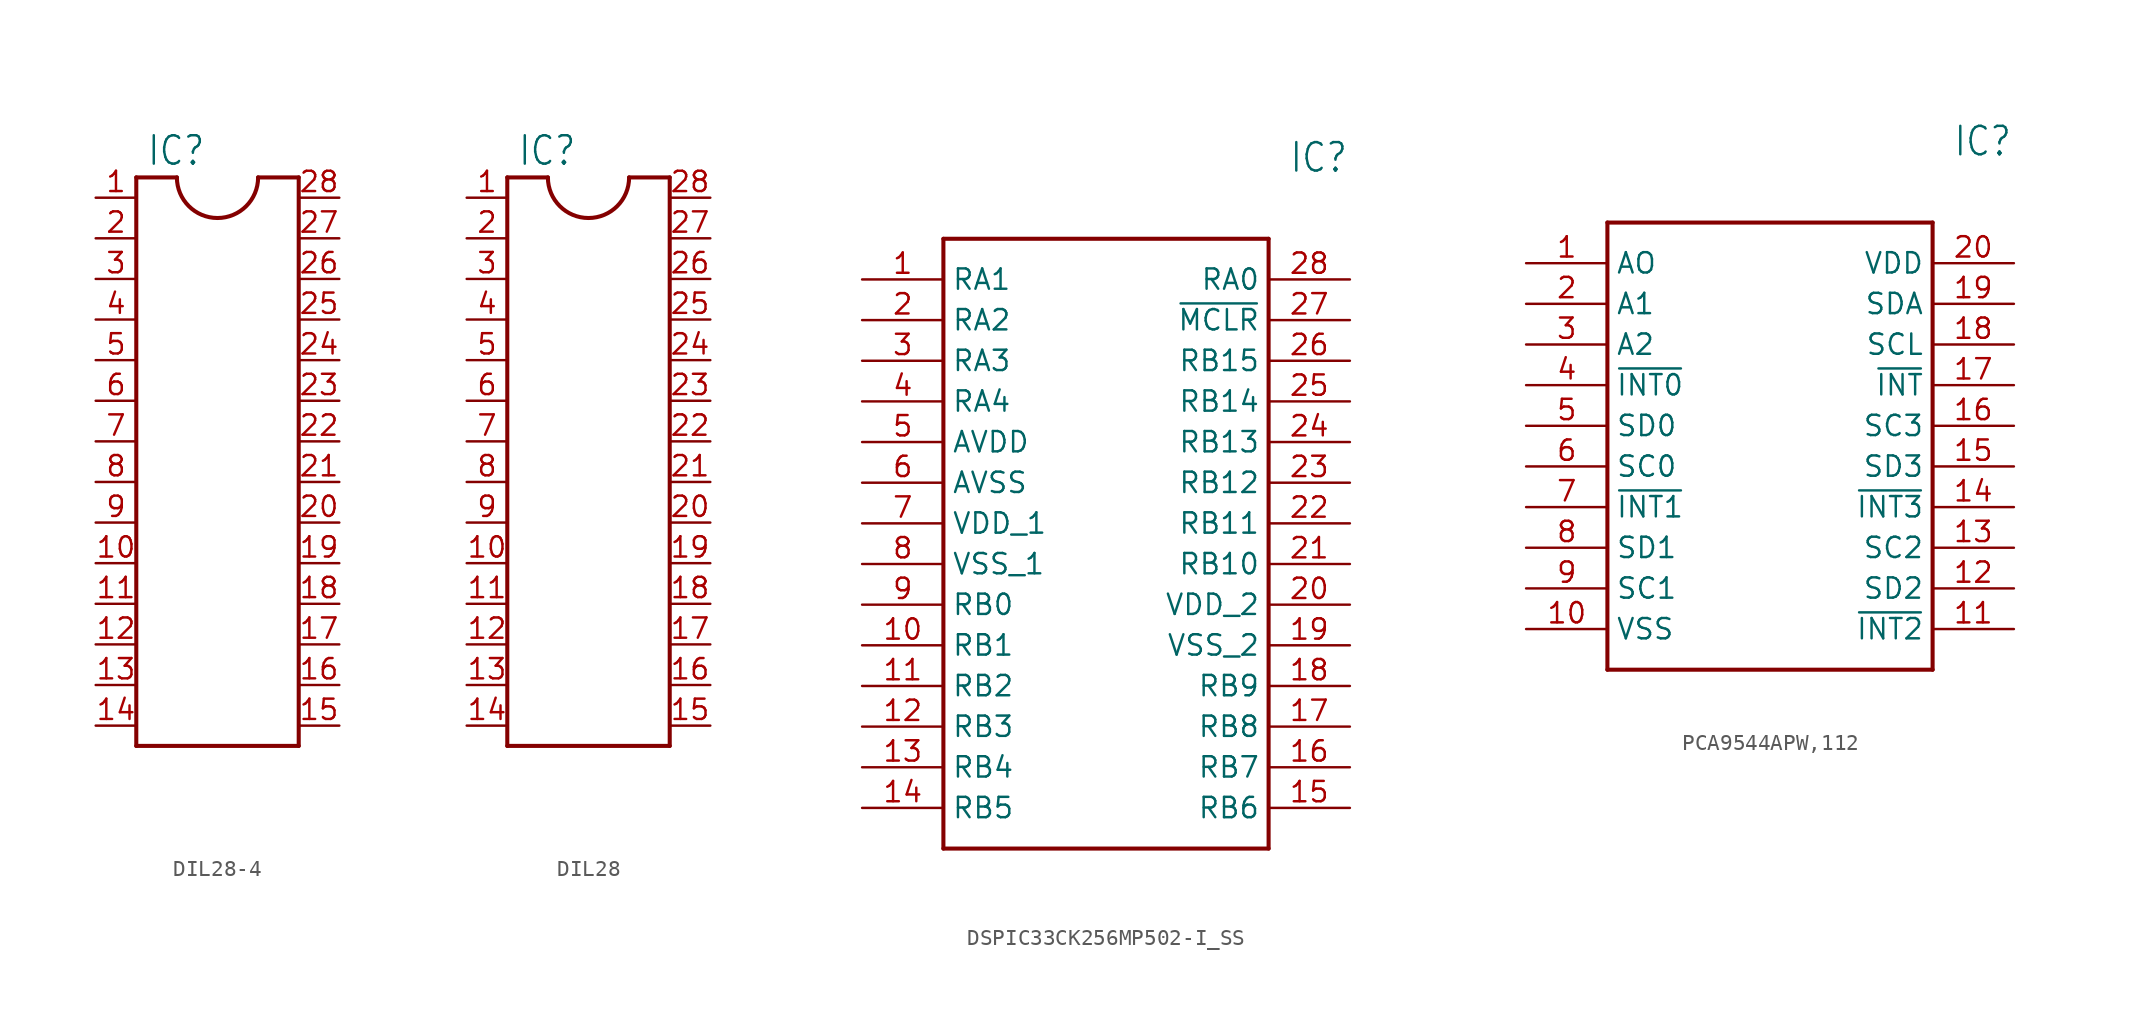
<source format=kicad_sym>
(kicad_symbol_lib
  (version 20220914)
  (generator kicad_symbol_editor)
  (symbol "DIL28-4"
    (property "Reference" "IC"
      (at -4.445 17.145 0)
      (effects (font (size 1.778 1.511)) (justify left bottom)))
    (property "Value" ""
      (at -4.445 -21.59 0)
      (effects (font (size 1.778 1.511)) (justify left bottom)))
    (property "ki_locked" ""
      (at 0 0 0)
      (effects (font (size 1.27 1.27))))
    (symbol "DIL28-4_1_0"
      (arc (start -2.54 16.51) (mid 0 13.97) (end 2.54 16.51) (stroke (width 0.254) (type solid)) (fill (type none)))
      (polyline (pts (xy -5.08 -19.05) (xy 5.08 -19.05)) (stroke (width 0.254) (type solid)) (fill (type none)))
      (polyline (pts (xy -5.08 16.51) (xy -5.08 -19.05)) (stroke (width 0.254) (type solid)) (fill (type none)))
      (polyline (pts (xy -5.08 16.51) (xy -2.54 16.51)) (stroke (width 0.254) (type solid)) (fill (type none)))
      (polyline (pts (xy 5.08 -19.05) (xy 5.08 16.51)) (stroke (width 0.254) (type solid)) (fill (type none)))
      (polyline (pts (xy 5.08 16.51) (xy 2.54 16.51)) (stroke (width 0.254) (type solid)) (fill (type none)))
      (pin passive line (at -7.62 15.24 0) (length 2.54) (name "1" (effects (font (size 0 0)))) (number "1" (effects (font (size 1.27 1.27)))))
      (pin passive line (at -7.62 -7.62 0) (length 2.54) (name "10" (effects (font (size 0 0)))) (number "10" (effects (font (size 1.27 1.27)))))
      (pin passive line (at -7.62 -10.16 0) (length 2.54) (name "11" (effects (font (size 0 0)))) (number "11" (effects (font (size 1.27 1.27)))))
      (pin passive line (at -7.62 -12.7 0) (length 2.54) (name "12" (effects (font (size 0 0)))) (number "12" (effects (font (size 1.27 1.27)))))
      (pin passive line (at -7.62 -15.24 0) (length 2.54) (name "13" (effects (font (size 0 0)))) (number "13" (effects (font (size 1.27 1.27)))))
      (pin passive line (at -7.62 -17.78 0) (length 2.54) (name "14" (effects (font (size 0 0)))) (number "14" (effects (font (size 1.27 1.27)))))
      (pin passive line (at 7.62 -17.78 180) (length 2.54) (name "15" (effects (font (size 0 0)))) (number "15" (effects (font (size 1.27 1.27)))))
      (pin passive line (at 7.62 -15.24 180) (length 2.54) (name "16" (effects (font (size 0 0)))) (number "16" (effects (font (size 1.27 1.27)))))
      (pin passive line (at 7.62 -12.7 180) (length 2.54) (name "17" (effects (font (size 0 0)))) (number "17" (effects (font (size 1.27 1.27)))))
      (pin passive line (at 7.62 -10.16 180) (length 2.54) (name "18" (effects (font (size 0 0)))) (number "18" (effects (font (size 1.27 1.27)))))
      (pin passive line (at 7.62 -7.62 180) (length 2.54) (name "19" (effects (font (size 0 0)))) (number "19" (effects (font (size 1.27 1.27)))))
      (pin passive line (at -7.62 12.7 0) (length 2.54) (name "2" (effects (font (size 0 0)))) (number "2" (effects (font (size 1.27 1.27)))))
      (pin passive line (at 7.62 -5.08 180) (length 2.54) (name "20" (effects (font (size 0 0)))) (number "20" (effects (font (size 1.27 1.27)))))
      (pin passive line (at 7.62 -2.54 180) (length 2.54) (name "21" (effects (font (size 0 0)))) (number "21" (effects (font (size 1.27 1.27)))))
      (pin passive line (at 7.62 0 180) (length 2.54) (name "22" (effects (font (size 0 0)))) (number "22" (effects (font (size 1.27 1.27)))))
      (pin passive line (at 7.62 2.54 180) (length 2.54) (name "23" (effects (font (size 0 0)))) (number "23" (effects (font (size 1.27 1.27)))))
      (pin passive line (at 7.62 5.08 180) (length 2.54) (name "24" (effects (font (size 0 0)))) (number "24" (effects (font (size 1.27 1.27)))))
      (pin passive line (at 7.62 7.62 180) (length 2.54) (name "25" (effects (font (size 0 0)))) (number "25" (effects (font (size 1.27 1.27)))))
      (pin passive line (at 7.62 10.16 180) (length 2.54) (name "26" (effects (font (size 0 0)))) (number "26" (effects (font (size 1.27 1.27)))))
      (pin passive line (at 7.62 12.7 180) (length 2.54) (name "27" (effects (font (size 0 0)))) (number "27" (effects (font (size 1.27 1.27)))))
      (pin passive line (at 7.62 15.24 180) (length 2.54) (name "28" (effects (font (size 0 0)))) (number "28" (effects (font (size 1.27 1.27)))))
      (pin passive line (at -7.62 10.16 0) (length 2.54) (name "3" (effects (font (size 0 0)))) (number "3" (effects (font (size 1.27 1.27)))))
      (pin passive line (at -7.62 7.62 0) (length 2.54) (name "4" (effects (font (size 0 0)))) (number "4" (effects (font (size 1.27 1.27)))))
      (pin passive line (at -7.62 5.08 0) (length 2.54) (name "5" (effects (font (size 0 0)))) (number "5" (effects (font (size 1.27 1.27)))))
      (pin passive line (at -7.62 2.54 0) (length 2.54) (name "6" (effects (font (size 0 0)))) (number "6" (effects (font (size 1.27 1.27)))))
      (pin passive line (at -7.62 0 0) (length 2.54) (name "7" (effects (font (size 0 0)))) (number "7" (effects (font (size 1.27 1.27)))))
      (pin passive line (at -7.62 -2.54 0) (length 2.54) (name "8" (effects (font (size 0 0)))) (number "8" (effects (font (size 1.27 1.27)))))
      (pin passive line (at -7.62 -5.08 0) (length 2.54) (name "9" (effects (font (size 0 0)))) (number "9" (effects (font (size 1.27 1.27)))))))
  (symbol "DIL28"
    (property "Reference" "IC"
      (at -4.445 17.145 0)
      (effects (font (size 1.778 1.511)) (justify left bottom)))
    (property "Value" ""
      (at -4.445 -21.59 0)
      (effects (font (size 1.778 1.511)) (justify left bottom)))
    (property "ki_locked" ""
      (at 0 0 0)
      (effects (font (size 1.27 1.27))))
    (symbol "DIL28_1_0"
      (arc (start -2.54 16.51) (mid 0 13.97) (end 2.54 16.51) (stroke (width 0.254) (type solid)) (fill (type none)))
      (polyline (pts (xy -5.08 -19.05) (xy 5.08 -19.05)) (stroke (width 0.254) (type solid)) (fill (type none)))
      (polyline (pts (xy -5.08 16.51) (xy -5.08 -19.05)) (stroke (width 0.254) (type solid)) (fill (type none)))
      (polyline (pts (xy -5.08 16.51) (xy -2.54 16.51)) (stroke (width 0.254) (type solid)) (fill (type none)))
      (polyline (pts (xy 5.08 -19.05) (xy 5.08 16.51)) (stroke (width 0.254) (type solid)) (fill (type none)))
      (polyline (pts (xy 5.08 16.51) (xy 2.54 16.51)) (stroke (width 0.254) (type solid)) (fill (type none)))
      (pin passive line (at -7.62 15.24 0) (length 2.54) (name "1" (effects (font (size 0 0)))) (number "1" (effects (font (size 1.27 1.27)))))
      (pin passive line (at -7.62 -7.62 0) (length 2.54) (name "10" (effects (font (size 0 0)))) (number "10" (effects (font (size 1.27 1.27)))))
      (pin passive line (at -7.62 -10.16 0) (length 2.54) (name "11" (effects (font (size 0 0)))) (number "11" (effects (font (size 1.27 1.27)))))
      (pin passive line (at -7.62 -12.7 0) (length 2.54) (name "12" (effects (font (size 0 0)))) (number "12" (effects (font (size 1.27 1.27)))))
      (pin passive line (at -7.62 -15.24 0) (length 2.54) (name "13" (effects (font (size 0 0)))) (number "13" (effects (font (size 1.27 1.27)))))
      (pin passive line (at -7.62 -17.78 0) (length 2.54) (name "14" (effects (font (size 0 0)))) (number "14" (effects (font (size 1.27 1.27)))))
      (pin passive line (at 7.62 -17.78 180) (length 2.54) (name "15" (effects (font (size 0 0)))) (number "15" (effects (font (size 1.27 1.27)))))
      (pin passive line (at 7.62 -15.24 180) (length 2.54) (name "16" (effects (font (size 0 0)))) (number "16" (effects (font (size 1.27 1.27)))))
      (pin passive line (at 7.62 -12.7 180) (length 2.54) (name "17" (effects (font (size 0 0)))) (number "17" (effects (font (size 1.27 1.27)))))
      (pin passive line (at 7.62 -10.16 180) (length 2.54) (name "18" (effects (font (size 0 0)))) (number "18" (effects (font (size 1.27 1.27)))))
      (pin passive line (at 7.62 -7.62 180) (length 2.54) (name "19" (effects (font (size 0 0)))) (number "19" (effects (font (size 1.27 1.27)))))
      (pin passive line (at -7.62 12.7 0) (length 2.54) (name "2" (effects (font (size 0 0)))) (number "2" (effects (font (size 1.27 1.27)))))
      (pin passive line (at 7.62 -5.08 180) (length 2.54) (name "20" (effects (font (size 0 0)))) (number "20" (effects (font (size 1.27 1.27)))))
      (pin passive line (at 7.62 -2.54 180) (length 2.54) (name "21" (effects (font (size 0 0)))) (number "21" (effects (font (size 1.27 1.27)))))
      (pin passive line (at 7.62 0 180) (length 2.54) (name "22" (effects (font (size 0 0)))) (number "22" (effects (font (size 1.27 1.27)))))
      (pin passive line (at 7.62 2.54 180) (length 2.54) (name "23" (effects (font (size 0 0)))) (number "23" (effects (font (size 1.27 1.27)))))
      (pin passive line (at 7.62 5.08 180) (length 2.54) (name "24" (effects (font (size 0 0)))) (number "24" (effects (font (size 1.27 1.27)))))
      (pin passive line (at 7.62 7.62 180) (length 2.54) (name "25" (effects (font (size 0 0)))) (number "25" (effects (font (size 1.27 1.27)))))
      (pin passive line (at 7.62 10.16 180) (length 2.54) (name "26" (effects (font (size 0 0)))) (number "26" (effects (font (size 1.27 1.27)))))
      (pin passive line (at 7.62 12.7 180) (length 2.54) (name "27" (effects (font (size 0 0)))) (number "27" (effects (font (size 1.27 1.27)))))
      (pin passive line (at 7.62 15.24 180) (length 2.54) (name "28" (effects (font (size 0 0)))) (number "28" (effects (font (size 1.27 1.27)))))
      (pin passive line (at -7.62 10.16 0) (length 2.54) (name "3" (effects (font (size 0 0)))) (number "3" (effects (font (size 1.27 1.27)))))
      (pin passive line (at -7.62 7.62 0) (length 2.54) (name "4" (effects (font (size 0 0)))) (number "4" (effects (font (size 1.27 1.27)))))
      (pin passive line (at -7.62 5.08 0) (length 2.54) (name "5" (effects (font (size 0 0)))) (number "5" (effects (font (size 1.27 1.27)))))
      (pin passive line (at -7.62 2.54 0) (length 2.54) (name "6" (effects (font (size 0 0)))) (number "6" (effects (font (size 1.27 1.27)))))
      (pin passive line (at -7.62 0 0) (length 2.54) (name "7" (effects (font (size 0 0)))) (number "7" (effects (font (size 1.27 1.27)))))
      (pin passive line (at -7.62 -2.54 0) (length 2.54) (name "8" (effects (font (size 0 0)))) (number "8" (effects (font (size 1.27 1.27)))))
      (pin passive line (at -7.62 -5.08 0) (length 2.54) (name "9" (effects (font (size 0 0)))) (number "9" (effects (font (size 1.27 1.27)))))))
  (symbol "DSPIC33CK256MP502-I_SS"
    (property "Reference" "IC"
      (at 26.67 7.62 0)
      (effects (font (size 1.778 1.511)) (justify left)))
    (property "Value" ""
      (at 26.67 5.08 0)
      (effects (font (size 1.778 1.511)) (justify left)))
    (property "ki_locked" ""
      (at 0 0 0)
      (effects (font (size 1.27 1.27))))
    (symbol "DSPIC33CK256MP502-I_SS_1_0"
      (polyline (pts (xy 5.08 2.54) (xy 5.08 -35.56)) (stroke (width 0.254) (type solid)) (fill (type none)))
      (polyline (pts (xy 5.08 2.54) (xy 25.4 2.54)) (stroke (width 0.254) (type solid)) (fill (type none)))
      (polyline (pts (xy 25.4 -35.56) (xy 5.08 -35.56)) (stroke (width 0.254) (type solid)) (fill (type none)))
      (polyline (pts (xy 25.4 -35.56) (xy 25.4 2.54)) (stroke (width 0.254) (type solid)) (fill (type none)))
      (pin bidirectional line (at 0 0 0) (length 5.08) (name "RA1" (effects (font (size 1.27 1.27)))) (number "1" (effects (font (size 1.27 1.27)))))
      (pin bidirectional line (at 0 -22.86 0) (length 5.08) (name "RB1" (effects (font (size 1.27 1.27)))) (number "10" (effects (font (size 1.27 1.27)))))
      (pin bidirectional line (at 0 -25.4 0) (length 5.08) (name "RB2" (effects (font (size 1.27 1.27)))) (number "11" (effects (font (size 1.27 1.27)))))
      (pin bidirectional line (at 0 -27.94 0) (length 5.08) (name "RB3" (effects (font (size 1.27 1.27)))) (number "12" (effects (font (size 1.27 1.27)))))
      (pin bidirectional line (at 0 -30.48 0) (length 5.08) (name "RB4" (effects (font (size 1.27 1.27)))) (number "13" (effects (font (size 1.27 1.27)))))
      (pin bidirectional line (at 0 -33.02 0) (length 5.08) (name "RB5" (effects (font (size 1.27 1.27)))) (number "14" (effects (font (size 1.27 1.27)))))
      (pin bidirectional line (at 30.48 -33.02 180) (length 5.08) (name "RB6" (effects (font (size 1.27 1.27)))) (number "15" (effects (font (size 1.27 1.27)))))
      (pin bidirectional line (at 30.48 -30.48 180) (length 5.08) (name "RB7" (effects (font (size 1.27 1.27)))) (number "16" (effects (font (size 1.27 1.27)))))
      (pin bidirectional line (at 30.48 -27.94 180) (length 5.08) (name "RB8" (effects (font (size 1.27 1.27)))) (number "17" (effects (font (size 1.27 1.27)))))
      (pin bidirectional line (at 30.48 -25.4 180) (length 5.08) (name "RB9" (effects (font (size 1.27 1.27)))) (number "18" (effects (font (size 1.27 1.27)))))
      (pin bidirectional line (at 30.48 -22.86 180) (length 5.08) (name "VSS_2" (effects (font (size 1.27 1.27)))) (number "19" (effects (font (size 1.27 1.27)))))
      (pin bidirectional line (at 0 -2.54 0) (length 5.08) (name "RA2" (effects (font (size 1.27 1.27)))) (number "2" (effects (font (size 1.27 1.27)))))
      (pin bidirectional line (at 30.48 -20.32 180) (length 5.08) (name "VDD_2" (effects (font (size 1.27 1.27)))) (number "20" (effects (font (size 1.27 1.27)))))
      (pin bidirectional line (at 30.48 -17.78 180) (length 5.08) (name "RB10" (effects (font (size 1.27 1.27)))) (number "21" (effects (font (size 1.27 1.27)))))
      (pin bidirectional line (at 30.48 -15.24 180) (length 5.08) (name "RB11" (effects (font (size 1.27 1.27)))) (number "22" (effects (font (size 1.27 1.27)))))
      (pin bidirectional line (at 30.48 -12.7 180) (length 5.08) (name "RB12" (effects (font (size 1.27 1.27)))) (number "23" (effects (font (size 1.27 1.27)))))
      (pin bidirectional line (at 30.48 -10.16 180) (length 5.08) (name "RB13" (effects (font (size 1.27 1.27)))) (number "24" (effects (font (size 1.27 1.27)))))
      (pin bidirectional line (at 30.48 -7.62 180) (length 5.08) (name "RB14" (effects (font (size 1.27 1.27)))) (number "25" (effects (font (size 1.27 1.27)))))
      (pin bidirectional line (at 30.48 -5.08 180) (length 5.08) (name "RB15" (effects (font (size 1.27 1.27)))) (number "26" (effects (font (size 1.27 1.27)))))
      (pin bidirectional line (at 30.48 -2.54 180) (length 5.08) (name "~{MCLR}" (effects (font (size 1.27 1.27)))) (number "27" (effects (font (size 1.27 1.27)))))
      (pin bidirectional line (at 30.48 0 180) (length 5.08) (name "RA0" (effects (font (size 1.27 1.27)))) (number "28" (effects (font (size 1.27 1.27)))))
      (pin bidirectional line (at 0 -5.08 0) (length 5.08) (name "RA3" (effects (font (size 1.27 1.27)))) (number "3" (effects (font (size 1.27 1.27)))))
      (pin bidirectional line (at 0 -7.62 0) (length 5.08) (name "RA4" (effects (font (size 1.27 1.27)))) (number "4" (effects (font (size 1.27 1.27)))))
      (pin bidirectional line (at 0 -10.16 0) (length 5.08) (name "AVDD" (effects (font (size 1.27 1.27)))) (number "5" (effects (font (size 1.27 1.27)))))
      (pin bidirectional line (at 0 -12.7 0) (length 5.08) (name "AVSS" (effects (font (size 1.27 1.27)))) (number "6" (effects (font (size 1.27 1.27)))))
      (pin bidirectional line (at 0 -15.24 0) (length 5.08) (name "VDD_1" (effects (font (size 1.27 1.27)))) (number "7" (effects (font (size 1.27 1.27)))))
      (pin bidirectional line (at 0 -17.78 0) (length 5.08) (name "VSS_1" (effects (font (size 1.27 1.27)))) (number "8" (effects (font (size 1.27 1.27)))))
      (pin bidirectional line (at 0 -20.32 0) (length 5.08) (name "RB0" (effects (font (size 1.27 1.27)))) (number "9" (effects (font (size 1.27 1.27)))))))
  (symbol "PCA9544APW,112"
    (property "Reference" "IC"
      (at 26.67 7.62 0)
      (effects (font (size 1.778 1.511)) (justify left)))
    (property "Value" ""
      (at 26.67 5.08 0)
      (effects (font (size 1.778 1.511)) (justify left)))
    (property "ki_locked" ""
      (at 0 0 0)
      (effects (font (size 1.27 1.27))))
    (symbol "PCA9544APW,112_1_0"
      (polyline (pts (xy 5.08 2.54) (xy 5.08 -25.4)) (stroke (width 0.254) (type solid)) (fill (type none)))
      (polyline (pts (xy 5.08 2.54) (xy 25.4 2.54)) (stroke (width 0.254) (type solid)) (fill (type none)))
      (polyline (pts (xy 25.4 -25.4) (xy 5.08 -25.4)) (stroke (width 0.254) (type solid)) (fill (type none)))
      (polyline (pts (xy 25.4 -25.4) (xy 25.4 2.54)) (stroke (width 0.254) (type solid)) (fill (type none)))
      (pin bidirectional line (at 0 0 0) (length 5.08) (name "AO" (effects (font (size 1.27 1.27)))) (number "1" (effects (font (size 1.27 1.27)))))
      (pin bidirectional line (at 0 -22.86 0) (length 5.08) (name "VSS" (effects (font (size 1.27 1.27)))) (number "10" (effects (font (size 1.27 1.27)))))
      (pin bidirectional line (at 30.48 -22.86 180) (length 5.08) (name "~{INT2}" (effects (font (size 1.27 1.27)))) (number "11" (effects (font (size 1.27 1.27)))))
      (pin bidirectional line (at 30.48 -20.32 180) (length 5.08) (name "SD2" (effects (font (size 1.27 1.27)))) (number "12" (effects (font (size 1.27 1.27)))))
      (pin bidirectional line (at 30.48 -17.78 180) (length 5.08) (name "SC2" (effects (font (size 1.27 1.27)))) (number "13" (effects (font (size 1.27 1.27)))))
      (pin bidirectional line (at 30.48 -15.24 180) (length 5.08) (name "~{INT3}" (effects (font (size 1.27 1.27)))) (number "14" (effects (font (size 1.27 1.27)))))
      (pin bidirectional line (at 30.48 -12.7 180) (length 5.08) (name "SD3" (effects (font (size 1.27 1.27)))) (number "15" (effects (font (size 1.27 1.27)))))
      (pin bidirectional line (at 30.48 -10.16 180) (length 5.08) (name "SC3" (effects (font (size 1.27 1.27)))) (number "16" (effects (font (size 1.27 1.27)))))
      (pin bidirectional line (at 30.48 -7.62 180) (length 5.08) (name "~{INT}" (effects (font (size 1.27 1.27)))) (number "17" (effects (font (size 1.27 1.27)))))
      (pin bidirectional line (at 30.48 -5.08 180) (length 5.08) (name "SCL" (effects (font (size 1.27 1.27)))) (number "18" (effects (font (size 1.27 1.27)))))
      (pin bidirectional line (at 30.48 -2.54 180) (length 5.08) (name "SDA" (effects (font (size 1.27 1.27)))) (number "19" (effects (font (size 1.27 1.27)))))
      (pin bidirectional line (at 0 -2.54 0) (length 5.08) (name "A1" (effects (font (size 1.27 1.27)))) (number "2" (effects (font (size 1.27 1.27)))))
      (pin bidirectional line (at 30.48 0 180) (length 5.08) (name "VDD" (effects (font (size 1.27 1.27)))) (number "20" (effects (font (size 1.27 1.27)))))
      (pin bidirectional line (at 0 -5.08 0) (length 5.08) (name "A2" (effects (font (size 1.27 1.27)))) (number "3" (effects (font (size 1.27 1.27)))))
      (pin bidirectional line (at 0 -7.62 0) (length 5.08) (name "~{INT0}" (effects (font (size 1.27 1.27)))) (number "4" (effects (font (size 1.27 1.27)))))
      (pin bidirectional line (at 0 -10.16 0) (length 5.08) (name "SD0" (effects (font (size 1.27 1.27)))) (number "5" (effects (font (size 1.27 1.27)))))
      (pin bidirectional line (at 0 -12.7 0) (length 5.08) (name "SC0" (effects (font (size 1.27 1.27)))) (number "6" (effects (font (size 1.27 1.27)))))
      (pin bidirectional line (at 0 -15.24 0) (length 5.08) (name "~{INT1}" (effects (font (size 1.27 1.27)))) (number "7" (effects (font (size 1.27 1.27)))))
      (pin bidirectional line (at 0 -17.78 0) (length 5.08) (name "SD1" (effects (font (size 1.27 1.27)))) (number "8" (effects (font (size 1.27 1.27)))))
      (pin bidirectional line (at 0 -20.32 0) (length 5.08) (name "SC1" (effects (font (size 1.27 1.27)))) (number "9" (effects (font (size 1.27 1.27))))))))
</source>
